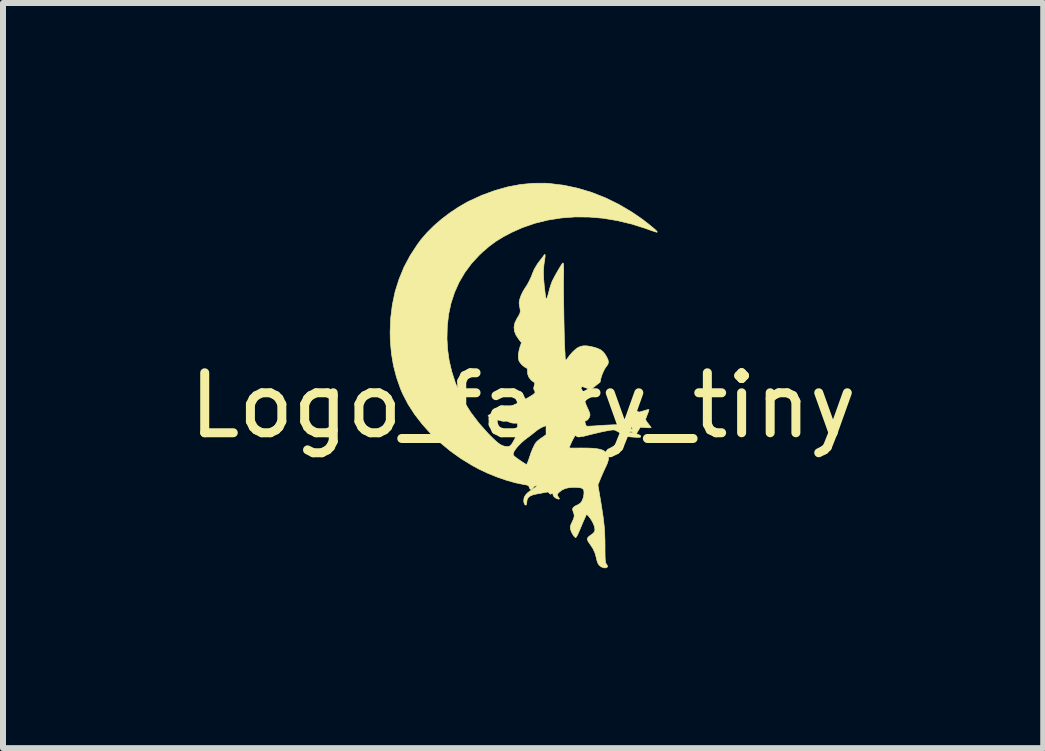
<source format=kicad_pcb>
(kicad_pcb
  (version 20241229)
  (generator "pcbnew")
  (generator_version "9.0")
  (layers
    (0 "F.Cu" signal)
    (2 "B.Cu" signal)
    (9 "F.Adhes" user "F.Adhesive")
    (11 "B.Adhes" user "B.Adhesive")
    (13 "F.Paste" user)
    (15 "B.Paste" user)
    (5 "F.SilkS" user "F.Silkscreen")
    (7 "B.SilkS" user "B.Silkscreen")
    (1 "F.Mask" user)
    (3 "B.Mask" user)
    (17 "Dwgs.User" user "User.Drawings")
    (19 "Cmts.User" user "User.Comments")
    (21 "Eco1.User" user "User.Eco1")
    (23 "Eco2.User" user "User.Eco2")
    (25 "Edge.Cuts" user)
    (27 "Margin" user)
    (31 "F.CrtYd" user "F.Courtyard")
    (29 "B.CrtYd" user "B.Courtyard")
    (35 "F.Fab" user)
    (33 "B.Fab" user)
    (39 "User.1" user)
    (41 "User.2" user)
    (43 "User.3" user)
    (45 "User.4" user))
  (footprint "Logo_fairy_tiny"
    (layer "F.Cu")
    (at 5.673 3.211)
    (property "Reference" "Logo_fairy_tiny" (at 0 0.5 0) (layer "F.SilkS") (effects (font (size 1 1) (thickness 0.15))))
    (attr through_hole)
    (fp_poly (pts (xy 0.442 -3.201) (xy 0.679 -3.172) (xy 0.912 -3.122) (xy 1.142 -3.053) (xy 1.368 -2.964) (xy 1.59 -2.856) (xy 1.807 -2.728) (xy 1.949 -2.632) (xy 1.998 -2.597) (xy 2.048 -2.558) (xy 2.097 -2.52) (xy 2.142 -2.483) (xy 2.182 -2.45) (xy 2.212 -2.423) (xy 2.23 -2.404) (xy 2.235 -2.396) (xy 2.235 -2.392) (xy 2.231 -2.389) (xy 2.222 -2.39) (xy 2.205 -2.395) (xy 2.178 -2.404) (xy 2.138 -2.417) (xy 2.082 -2.437) (xy 2.051 -2.449) (xy 1.811 -2.525) (xy 1.572 -2.582) (xy 1.334 -2.622) (xy 1.099 -2.642) (xy 0.867 -2.644) (xy 0.639 -2.627) (xy 0.416 -2.592) (xy 0.199 -2.539) (xy -0.01 -2.467) (xy -0.188 -2.388) (xy -0.327 -2.315) (xy -0.451 -2.239) (xy -0.564 -2.156) (xy -0.674 -2.062) (xy -0.73 -2.009) (xy -0.861 -1.867) (xy -0.973 -1.716) (xy -1.068 -1.555) (xy -1.144 -1.385) (xy -1.203 -1.205) (xy -1.243 -1.017) (xy -1.265 -0.819) (xy -1.27 -0.613) (xy -1.26 -0.437) (xy -1.234 -0.251) (xy -1.19 -0.063) (xy -1.13 0.123) (xy -1.056 0.3) (xy -0.99 0.429) (xy -0.874 0.614) (xy -0.738 0.794) (xy -0.583 0.968) (xy -0.531 1.021) (xy -0.475 1.075) (xy -0.428 1.116) (xy -0.388 1.146) (xy -0.352 1.166) (xy -0.317 1.178) (xy -0.287 1.184) (xy -0.25 1.186) (xy -0.221 1.175) (xy -0.194 1.149) (xy -0.168 1.107) (xy -0.161 1.095) (xy -0.141 1.057) (xy -0.113 1.011) (xy -0.084 0.964) (xy -0.071 0.945) (xy -0.041 0.9) (xy -0.022 0.868) (xy -0.011 0.846) (xy -0.007 0.831) (xy -0.008 0.818) (xy -0.012 0.81) (xy -0.019 0.801) (xy -0.033 0.796) (xy -0.058 0.794) (xy -0.099 0.795) (xy -0.105 0.795) (xy -0.152 0.795) (xy -0.186 0.792) (xy -0.215 0.784) (xy -0.233 0.776) (xy -0.269 0.762) (xy -0.298 0.761) (xy -0.306 0.762) (xy -0.324 0.764) (xy -0.35 0.76) (xy -0.388 0.751) (xy -0.441 0.734) (xy -0.458 0.728) (xy -0.505 0.711) (xy -0.545 0.696) (xy -0.573 0.683) (xy -0.586 0.675) (xy -0.586 0.674) (xy -0.58 0.665) (xy -0.558 0.653) (xy -0.536 0.645) (xy -0.461 0.619) (xy -0.381 0.588) (xy -0.298 0.554) (xy -0.215 0.518) (xy -0.133 0.48) (xy -0.055 0.443) (xy 0.016 0.406) (xy 0.079 0.372) (xy 0.131 0.341) (xy 0.17 0.315) (xy 0.193 0.294) (xy 0.198 0.286) (xy 0.197 0.268) (xy 0.187 0.247) (xy 0.178 0.229) (xy 0.176 0.21) (xy 0.181 0.182) (xy 0.185 0.17) (xy 0.192 0.139) (xy 0.192 0.122) (xy 0.187 0.115) (xy 0.184 0.114) (xy 0.169 0.105) (xy 0.145 0.086) (xy 0.131 0.074) (xy 0.095 0.028) (xy 0.075 -0.025) (xy 0.072 -0.07) (xy 0.072 -0.1) (xy 0.067 -0.116) (xy 0.053 -0.127) (xy 0.042 -0.131) (xy 0.011 -0.151) (xy -0.023 -0.181) (xy -0.052 -0.215) (xy -0.07 -0.247) (xy -0.071 -0.247) (xy -0.08 -0.295) (xy -0.079 -0.356) (xy -0.067 -0.423) (xy -0.055 -0.467) (xy -0.028 -0.547) (xy -0.071 -0.601) (xy -0.118 -0.671) (xy -0.145 -0.738) (xy -0.152 -0.805) (xy -0.14 -0.872) (xy -0.108 -0.941) (xy -0.101 -0.953) (xy -0.074 -0.997) (xy -0.057 -1.03) (xy -0.049 -1.057) (xy -0.048 -1.083) (xy -0.052 -1.116) (xy -0.057 -1.138) (xy -0.064 -1.179) (xy -0.067 -1.209) (xy -0.064 -1.238) (xy -0.056 -1.273) (xy -0.034 -1.337) (xy -0.001 -1.405) (xy 0.038 -1.468) (xy 0.045 -1.478) (xy 0.066 -1.51) (xy 0.09 -1.553) (xy 0.114 -1.602) (xy 0.136 -1.649) (xy 0.151 -1.688) (xy 0.152 -1.692) (xy 0.186 -1.773) (xy 0.237 -1.858) (xy 0.279 -1.915) (xy 0.306 -1.949) (xy 0.329 -1.979) (xy 0.344 -2) (xy 0.347 -2.004) (xy 0.358 -2.019) (xy 0.365 -2.015) (xy 0.367 -1.995) (xy 0.363 -1.96) (xy 0.36 -1.935) (xy 0.347 -1.851) (xy 0.34 -1.77) (xy 0.339 -1.688) (xy 0.343 -1.599) (xy 0.352 -1.496) (xy 0.355 -1.474) (xy 0.362 -1.414) (xy 0.368 -1.362) (xy 0.374 -1.32) (xy 0.379 -1.292) (xy 0.381 -1.281) (xy 0.389 -1.28) (xy 0.397 -1.292) (xy 0.407 -1.319) (xy 0.42 -1.363) (xy 0.431 -1.406) (xy 0.445 -1.458) (xy 0.462 -1.512) (xy 0.478 -1.557) (xy 0.487 -1.578) (xy 0.506 -1.615) (xy 0.53 -1.661) (xy 0.559 -1.712) (xy 0.588 -1.763) (xy 0.615 -1.808) (xy 0.637 -1.844) (xy 0.646 -1.858) (xy 0.659 -1.875) (xy 0.666 -1.875) (xy 0.672 -1.864) (xy 0.674 -1.848) (xy 0.675 -1.815) (xy 0.676 -1.769) (xy 0.676 -1.712) (xy 0.675 -1.647) (xy 0.674 -1.621) (xy 0.673 -1.578) (xy 0.673 -1.521) (xy 0.673 -1.451) (xy 0.674 -1.371) (xy 0.675 -1.282) (xy 0.676 -1.187) (xy 0.678 -1.089) (xy 0.679 -0.99) (xy 0.681 -0.891) (xy 0.683 -0.795) (xy 0.685 -0.705) (xy 0.687 -0.623) (xy 0.689 -0.55) (xy 0.692 -0.49) (xy 0.694 -0.444) (xy 0.695 -0.415) (xy 0.696 -0.406) (xy 0.698 -0.389) (xy 0.699 -0.358) (xy 0.7 -0.323) (xy 0.702 -0.288) (xy 0.705 -0.264) (xy 0.71 -0.254) (xy 0.71 -0.254) (xy 0.72 -0.262) (xy 0.736 -0.282) (xy 0.747 -0.297) (xy 0.784 -0.347) (xy 0.828 -0.395) (xy 0.873 -0.436) (xy 0.911 -0.464) (xy 0.957 -0.485) (xy 1.007 -0.495) (xy 1.065 -0.494) (xy 1.134 -0.482) (xy 1.176 -0.472) (xy 1.239 -0.453) (xy 1.287 -0.431) (xy 1.325 -0.404) (xy 1.358 -0.366) (xy 1.39 -0.315) (xy 1.391 -0.313) (xy 1.415 -0.263) (xy 1.422 -0.222) (xy 1.413 -0.186) (xy 1.389 -0.153) (xy 1.368 -0.124) (xy 1.346 -0.083) (xy 1.324 -0.035) (xy 1.306 0.013) (xy 1.294 0.055) (xy 1.29 0.082) (xy 1.283 0.11) (xy 1.262 0.129) (xy 1.239 0.146) (xy 1.209 0.17) (xy 1.191 0.185) (xy 1.154 0.212) (xy 1.118 0.223) (xy 1.077 0.218) (xy 1.037 0.203) (xy 1.008 0.192) (xy 0.985 0.187) (xy 0.979 0.187) (xy 0.967 0.202) (xy 0.968 0.229) (xy 0.982 0.266) (xy 0.985 0.274) (xy 0.998 0.305) (xy 1.009 0.347) (xy 1.016 0.379) (xy 1.028 0.43) (xy 1.05 0.49) (xy 1.073 0.542) (xy 1.095 0.589) (xy 1.108 0.623) (xy 1.114 0.648) (xy 1.113 0.667) (xy 1.113 0.669) (xy 1.102 0.7) (xy 1.084 0.727) (xy 1.065 0.747) (xy 1.051 0.752) (xy 1.035 0.757) (xy 1.032 0.76) (xy 1.031 0.777) (xy 1.036 0.802) (xy 1.046 0.827) (xy 1.056 0.844) (xy 1.059 0.845) (xy 1.073 0.846) (xy 1.104 0.845) (xy 1.147 0.843) (xy 1.2 0.84) (xy 1.24 0.837) (xy 1.307 0.832) (xy 1.378 0.828) (xy 1.445 0.825) (xy 1.502 0.822) (xy 1.519 0.822) (xy 1.569 0.821) (xy 1.606 0.822) (xy 1.635 0.827) (xy 1.664 0.835) (xy 1.699 0.848) (xy 1.72 0.857) (xy 1.759 0.873) (xy 1.792 0.886) (xy 1.814 0.893) (xy 1.819 0.894) (xy 1.821 0.887) (xy 1.813 0.87) (xy 1.81 0.865) (xy 1.787 0.843) (xy 1.748 0.823) (xy 1.712 0.808) (xy 1.677 0.794) (xy 1.65 0.782) (xy 1.636 0.773) (xy 1.636 0.772) (xy 1.644 0.763) (xy 1.665 0.747) (xy 1.696 0.727) (xy 1.701 0.724) (xy 1.735 0.703) (xy 1.757 0.683) (xy 1.77 0.66) (xy 1.776 0.629) (xy 1.778 0.584) (xy 1.778 0.568) (xy 1.779 0.536) (xy 1.782 0.514) (xy 1.786 0.508) (xy 1.796 0.514) (xy 1.818 0.531) (xy 1.847 0.554) (xy 1.852 0.559) (xy 1.883 0.583) (xy 1.91 0.601) (xy 1.927 0.609) (xy 1.929 0.61) (xy 1.947 0.607) (xy 1.977 0.599) (xy 2.015 0.587) (xy 2.02 0.586) (xy 2.055 0.575) (xy 2.083 0.569) (xy 2.097 0.568) (xy 2.098 0.569) (xy 2.096 0.581) (xy 2.088 0.607) (xy 2.075 0.64) (xy 2.073 0.646) (xy 2.058 0.683) (xy 2.047 0.713) (xy 2.042 0.732) (xy 2.042 0.733) (xy 2.048 0.749) (xy 2.064 0.775) (xy 2.087 0.805) (xy 2.088 0.806) (xy 2.11 0.835) (xy 2.127 0.857) (xy 2.134 0.869) (xy 2.134 0.869) (xy 2.124 0.871) (xy 2.099 0.872) (xy 2.063 0.87) (xy 2.044 0.869) (xy 1.954 0.862) (xy 1.922 0.914) (xy 1.905 0.942) (xy 1.893 0.962) (xy 1.89 0.97) (xy 1.898 0.975) (xy 1.92 0.984) (xy 1.925 0.986) (xy 1.952 0.999) (xy 1.961 1.015) (xy 1.959 1.024) (xy 1.951 1.029) (xy 1.934 1.031) (xy 1.903 1.031) (xy 1.862 1.029) (xy 1.802 1.025) (xy 1.755 1.019) (xy 1.715 1.008) (xy 1.676 0.991) (xy 1.631 0.966) (xy 1.621 0.959) (xy 1.593 0.943) (xy 1.762 0.943) (xy 1.763 0.945) (xy 1.776 0.951) (xy 1.801 0.954) (xy 1.812 0.954) (xy 1.836 0.953) (xy 1.842 0.95) (xy 1.834 0.945) (xy 1.811 0.938) (xy 1.787 0.936) (xy 1.768 0.937) (xy 1.762 0.943) (xy 1.593 0.943) (xy 1.584 0.938) (xy 1.55 0.921) (xy 1.527 0.91) (xy 1.523 0.909) (xy 1.496 0.908) (xy 1.449 0.913) (xy 1.384 0.925) (xy 1.301 0.942) (xy 1.2 0.966) (xy 1.153 0.977) (xy 0.991 1.018) (xy 0.936 1) (xy 0.905 0.99) (xy 0.887 0.986) (xy 0.876 0.99) (xy 0.867 1.001) (xy 0.867 1.001) (xy 0.854 1.022) (xy 0.836 1.054) (xy 0.817 1.091) (xy 0.799 1.129) (xy 0.784 1.163) (xy 0.774 1.187) (xy 0.772 1.195) (xy 0.772 1.2) (xy 0.773 1.204) (xy 0.777 1.207) (xy 0.789 1.209) (xy 0.809 1.21) (xy 0.84 1.21) (xy 0.886 1.21) (xy 0.949 1.209) (xy 0.976 1.209) (xy 1.075 1.21) (xy 1.157 1.213) (xy 1.224 1.22) (xy 1.278 1.23) (xy 1.322 1.244) (xy 1.341 1.253) (xy 1.385 1.281) (xy 1.413 1.316) (xy 1.425 1.359) (xy 1.421 1.41) (xy 1.401 1.472) (xy 1.379 1.52) (xy 1.355 1.57) (xy 1.328 1.63) (xy 1.302 1.69) (xy 1.29 1.718) (xy 1.247 1.825) (xy 1.284 2.043) (xy 1.304 2.164) (xy 1.32 2.268) (xy 1.334 2.36) (xy 1.344 2.442) (xy 1.352 2.518) (xy 1.358 2.591) (xy 1.361 2.666) (xy 1.364 2.746) (xy 1.365 2.833) (xy 1.365 2.85) (xy 1.365 2.93) (xy 1.366 2.992) (xy 1.367 3.04) (xy 1.369 3.074) (xy 1.371 3.099) (xy 1.375 3.117) (xy 1.379 3.13) (xy 1.385 3.14) (xy 1.39 3.147) (xy 1.405 3.171) (xy 1.407 3.187) (xy 1.402 3.196) (xy 1.379 3.208) (xy 1.346 3.207) (xy 1.307 3.193) (xy 1.299 3.189) (xy 1.269 3.165) (xy 1.247 3.132) (xy 1.23 3.085) (xy 1.219 3.036) (xy 1.198 2.96) (xy 1.164 2.886) (xy 1.113 2.81) (xy 1.112 2.809) (xy 1.084 2.768) (xy 1.071 2.737) (xy 1.073 2.712) (xy 1.091 2.688) (xy 1.126 2.662) (xy 1.13 2.659) (xy 1.168 2.631) (xy 1.189 2.605) (xy 1.197 2.574) (xy 1.192 2.534) (xy 1.189 2.52) (xy 1.174 2.479) (xy 1.151 2.432) (xy 1.122 2.386) (xy 1.093 2.348) (xy 1.079 2.333) (xy 1.057 2.314) (xy 1.023 2.389) (xy 1.005 2.429) (xy 0.983 2.481) (xy 0.959 2.538) (xy 0.94 2.583) (xy 0.919 2.631) (xy 0.901 2.669) (xy 0.886 2.694) (xy 0.877 2.703) (xy 0.861 2.694) (xy 0.841 2.671) (xy 0.821 2.639) (xy 0.803 2.603) (xy 0.792 2.57) (xy 0.787 2.544) (xy 0.786 2.524) (xy 0.791 2.502) (xy 0.802 2.474) (xy 0.817 2.442) (xy 0.837 2.398) (xy 0.848 2.365) (xy 0.852 2.339) (xy 0.848 2.311) (xy 0.837 2.277) (xy 0.836 2.276) (xy 0.827 2.246) (xy 0.824 2.227) (xy 0.83 2.212) (xy 0.835 2.203) (xy 0.855 2.184) (xy 0.885 2.168) (xy 0.894 2.164) (xy 0.928 2.147) (xy 0.96 2.122) (xy 0.965 2.117) (xy 0.988 2.079) (xy 1.005 2.029) (xy 1.014 1.974) (xy 1.014 1.933) (xy 1.008 1.907) (xy 0.993 1.888) (xy 0.966 1.875) (xy 0.926 1.868) (xy 0.868 1.865) (xy 0.853 1.865) (xy 0.773 1.869) (xy 0.706 1.883) (xy 0.649 1.909) (xy 0.609 1.939) (xy 0.581 1.965) (xy 0.571 1.987) (xy 0.576 2.009) (xy 0.589 2.029) (xy 0.604 2.051) (xy 0.602 2.061) (xy 0.583 2.06) (xy 0.576 2.059) (xy 0.543 2.044) (xy 0.515 2.022) (xy 0.5 1.996) (xy 0.498 1.986) (xy 0.494 1.965) (xy 0.482 1.963) (xy 0.469 1.974) (xy 0.457 1.98) (xy 0.443 1.97) (xy 0.436 1.962) (xy 0.423 1.948) (xy 0.408 1.943) (xy 0.386 1.946) (xy 0.368 1.949) (xy 0.333 1.956) (xy 0.288 1.965) (xy 0.244 1.972) (xy 0.173 1.987) (xy 0.121 2.007) (xy 0.086 2.035) (xy 0.066 2.07) (xy 0.061 2.11) (xy 0.058 2.138) (xy 0.052 2.157) (xy 0.049 2.16) (xy 0.035 2.159) (xy 0.022 2.143) (xy 0.013 2.116) (xy 0.01 2.091) (xy 0.013 2.052) (xy 0.024 2.018) (xy 0.045 1.987) (xy 0.077 1.954) (xy 0.125 1.918) (xy 0.177 1.884) (xy 0.211 1.86) (xy 0.229 1.845) (xy 0.228 1.839) (xy 0.226 1.839) (xy 0.196 1.843) (xy 0.177 1.853) (xy 0.173 1.862) (xy 0.165 1.876) (xy 0.147 1.891) (xy 0.127 1.899) (xy 0.125 1.9) (xy 0.115 1.891) (xy 0.104 1.87) (xy 0.102 1.865) (xy 0.095 1.847) (xy 0.085 1.836) (xy 0.068 1.828) (xy 0.038 1.822) (xy 0.017 1.819) (xy -0.126 1.79) (xy -0.278 1.747) (xy -0.435 1.693) (xy -0.591 1.63) (xy -0.743 1.558) (xy -0.846 1.502) (xy -1.039 1.384) (xy -1.148 1.306) (xy -0.165 1.306) (xy -0.165 1.319) (xy -0.159 1.331) (xy -0.146 1.346) (xy -0.122 1.366) (xy -0.085 1.393) (xy -0.062 1.409) (xy -0.021 1.437) (xy 0.015 1.46) (xy 0.041 1.477) (xy 0.055 1.483) (xy 0.056 1.483) (xy 0.063 1.474) (xy 0.075 1.45) (xy 0.089 1.413) (xy 0.102 1.375) (xy 0.131 1.289) (xy 0.162 1.213) (xy 0.192 1.152) (xy 0.214 1.117) (xy 0.233 1.097) (xy 0.263 1.072) (xy 0.298 1.046) (xy 0.303 1.043) (xy 0.347 1.013) (xy 0.39 0.979) (xy 0.428 0.946) (xy 0.46 0.915) (xy 0.481 0.89) (xy 0.488 0.875) (xy 0.48 0.851) (xy 0.455 0.837) (xy 0.42 0.833) (xy 0.365 0.842) (xy 0.303 0.868) (xy 0.237 0.909) (xy 0.203 0.936) (xy 0.161 0.97) (xy 0.114 1.007) (xy 0.072 1.038) (xy 0.071 1.038) (xy 0.017 1.08) (xy -0.035 1.126) (xy -0.082 1.174) (xy -0.121 1.22) (xy -0.149 1.262) (xy -0.164 1.296) (xy -0.165 1.306) (xy -1.148 1.306) (xy -1.22 1.254) (xy -1.389 1.114) (xy -1.545 0.966) (xy -1.685 0.809) (xy -1.81 0.647) (xy -1.918 0.48) (xy -2.007 0.309) (xy -2.044 0.223) (xy -2.111 0.032) (xy -2.162 -0.163) (xy -2.196 -0.364) (xy -2.215 -0.575) (xy -2.218 -0.721) (xy -2.209 -0.954) (xy -2.181 -1.179) (xy -2.135 -1.397) (xy -2.069 -1.606) (xy -1.986 -1.808) (xy -1.883 -2.001) (xy -1.762 -2.186) (xy -1.699 -2.271) (xy -1.602 -2.383) (xy -1.488 -2.496) (xy -1.362 -2.605) (xy -1.227 -2.708) (xy -1.087 -2.802) (xy -0.946 -2.884) (xy -0.904 -2.906) (xy -0.686 -3.006) (xy -0.47 -3.085) (xy -0.256 -3.145) (xy -0.044 -3.185) (xy 0.166 -3.205) (xy 0.373 -3.206) (xy 0.442 -3.201)) (stroke (width 0.01) (type solid)) (fill yes) (layer "F.SilkS")))
  (gr_rect
    (start -3 -3)
    (end 14.345 9.424)
    (stroke (width 0.1) (type default))
    (fill no)
    (layer "Edge.Cuts")))
</source>
